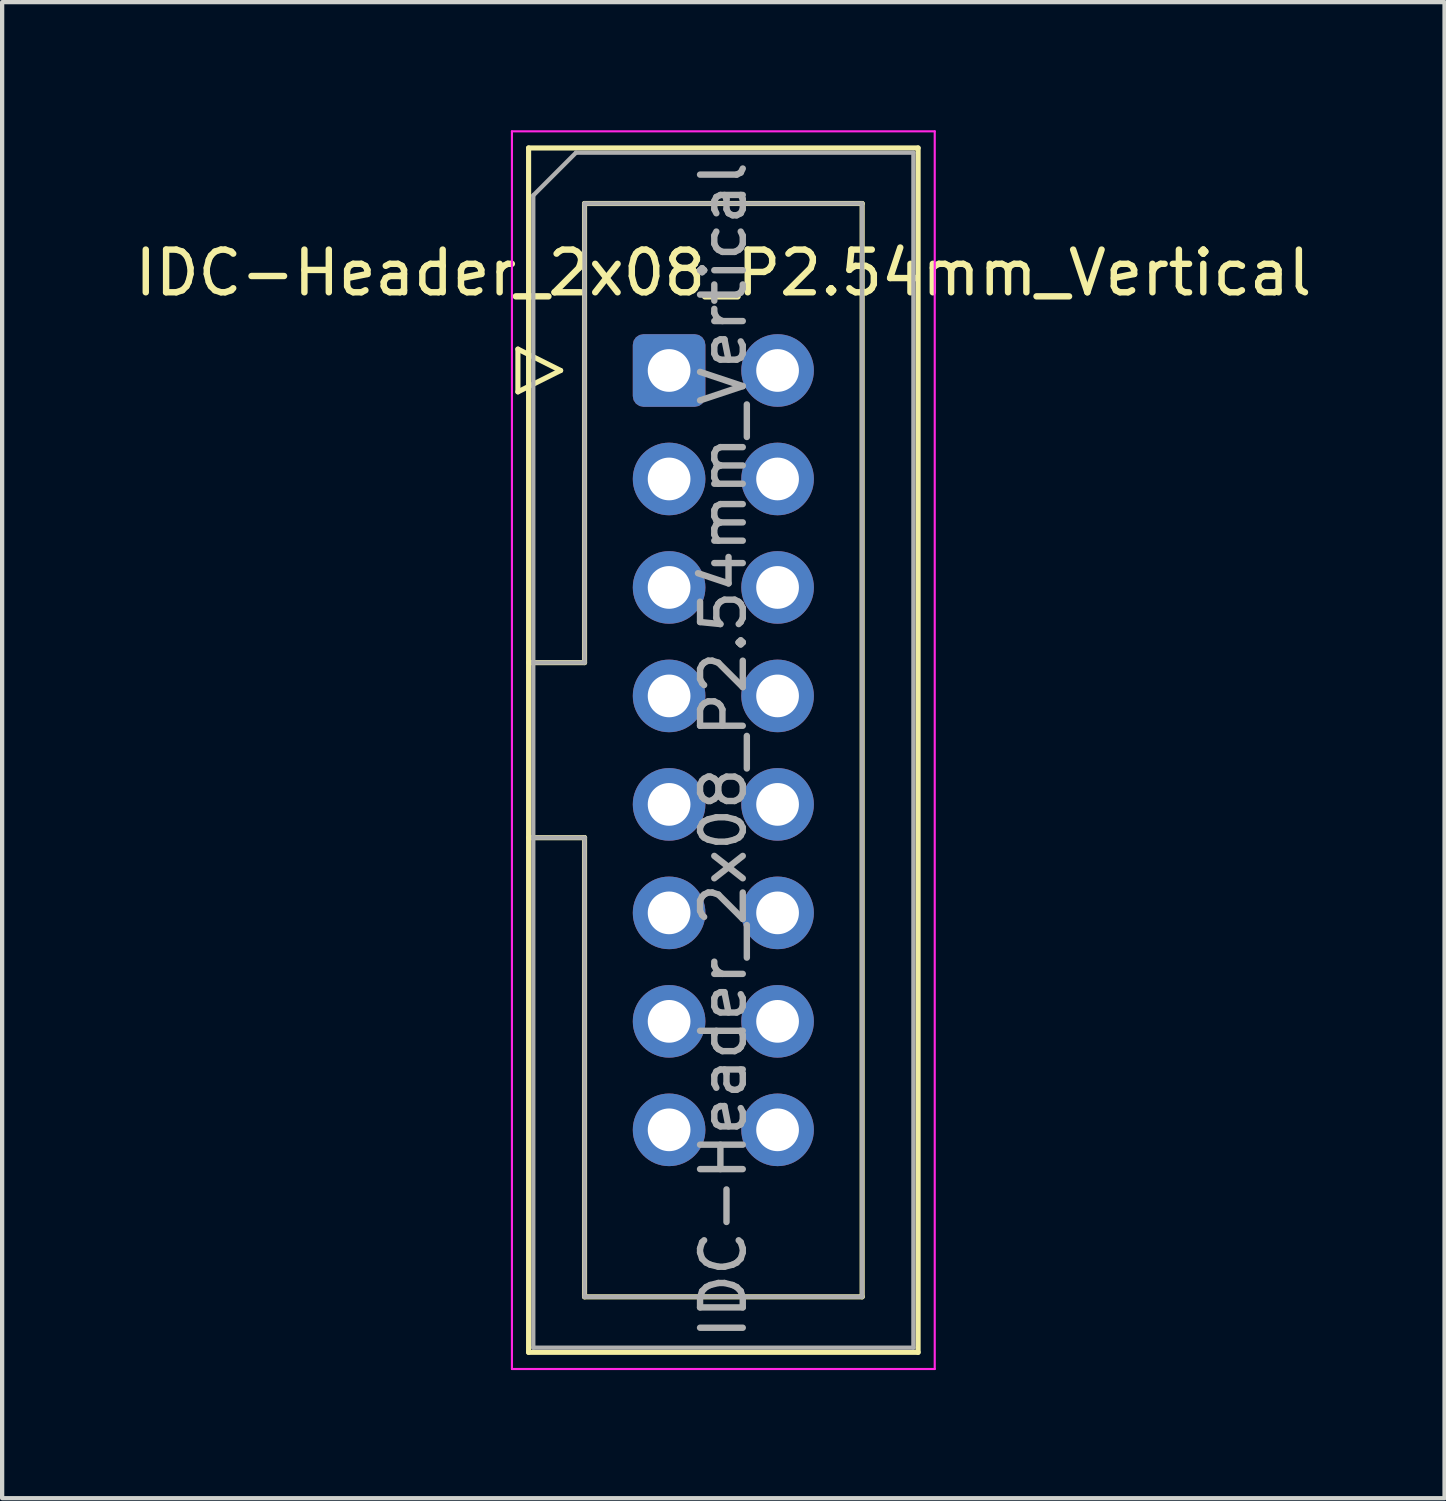
<source format=kicad_pcb>
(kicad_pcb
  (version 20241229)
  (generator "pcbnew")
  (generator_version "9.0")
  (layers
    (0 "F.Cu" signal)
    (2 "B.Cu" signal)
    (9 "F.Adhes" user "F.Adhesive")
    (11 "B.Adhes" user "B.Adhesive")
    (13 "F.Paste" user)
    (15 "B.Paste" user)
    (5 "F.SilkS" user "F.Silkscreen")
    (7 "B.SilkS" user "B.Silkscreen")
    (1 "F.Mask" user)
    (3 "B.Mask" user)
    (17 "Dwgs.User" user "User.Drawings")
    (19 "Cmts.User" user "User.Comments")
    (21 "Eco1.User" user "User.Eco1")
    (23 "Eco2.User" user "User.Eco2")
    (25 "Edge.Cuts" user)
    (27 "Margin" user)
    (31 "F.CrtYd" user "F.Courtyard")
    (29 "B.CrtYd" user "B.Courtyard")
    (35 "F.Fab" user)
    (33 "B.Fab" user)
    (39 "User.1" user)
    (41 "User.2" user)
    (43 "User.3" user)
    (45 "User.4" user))
  (footprint "IDC-Header_2x08_P2.54mm_Vertical"
    (layer "F.Cu")
    (at 12.617 5.625)
    (property "Reference" "IDC-Header_2x08_P2.54mm_Vertical" (at 1.27 -2.286 0) (layer "F.SilkS") (effects (font (size 1 1) (thickness 0.15))))
    (attr through_hole)
    (fp_line (start -3.54 -0.5) (end -3.54 0.5) (stroke (width 0.12) (type solid)) (layer "F.SilkS"))
    (fp_line (start -3.54 0.5) (end -2.54 0) (stroke (width 0.12) (type solid)) (layer "F.SilkS"))
    (fp_line (start -3.29 -5.21) (end 5.83 -5.21) (stroke (width 0.12) (type solid)) (layer "F.SilkS"))
    (fp_line (start -3.29 6.84) (end -1.98 6.84) (stroke (width 0.12) (type solid)) (layer "F.SilkS"))
    (fp_line (start -3.29 22.99) (end -3.29 -5.21) (stroke (width 0.12) (type solid)) (layer "F.SilkS"))
    (fp_line (start -2.54 0) (end -3.54 -0.5) (stroke (width 0.12) (type solid)) (layer "F.SilkS"))
    (fp_line (start -1.98 -3.91) (end 4.52 -3.91) (stroke (width 0.12) (type solid)) (layer "F.SilkS"))
    (fp_line (start -1.98 6.84) (end -1.98 -3.91) (stroke (width 0.12) (type solid)) (layer "F.SilkS"))
    (fp_line (start -1.98 10.94) (end -3.29 10.94) (stroke (width 0.12) (type solid)) (layer "F.SilkS"))
    (fp_line (start -1.98 10.94) (end -1.98 10.94) (stroke (width 0.12) (type solid)) (layer "F.SilkS"))
    (fp_line (start -1.98 21.69) (end -1.98 10.94) (stroke (width 0.12) (type solid)) (layer "F.SilkS"))
    (fp_line (start 4.52 -3.91) (end 4.52 21.69) (stroke (width 0.12) (type solid)) (layer "F.SilkS"))
    (fp_line (start 4.52 21.69) (end -1.98 21.69) (stroke (width 0.12) (type solid)) (layer "F.SilkS"))
    (fp_line (start 5.83 -5.21) (end 5.83 22.99) (stroke (width 0.12) (type solid)) (layer "F.SilkS"))
    (fp_line (start 5.83 22.99) (end -3.29 22.99) (stroke (width 0.12) (type solid)) (layer "F.SilkS"))
    (fp_line (start -3.68 -5.6) (end -3.68 23.38) (stroke (width 0.05) (type solid)) (layer "F.CrtYd"))
    (fp_line (start -3.68 23.38) (end 6.22 23.38) (stroke (width 0.05) (type solid)) (layer "F.CrtYd"))
    (fp_line (start 6.22 -5.6) (end -3.68 -5.6) (stroke (width 0.05) (type solid)) (layer "F.CrtYd"))
    (fp_line (start 6.22 23.38) (end 6.22 -5.6) (stroke (width 0.05) (type solid)) (layer "F.CrtYd"))
    (fp_line (start -3.18 -4.1) (end -2.18 -5.1) (stroke (width 0.1) (type solid)) (layer "F.Fab"))
    (fp_line (start -3.18 6.84) (end -1.98 6.84) (stroke (width 0.1) (type solid)) (layer "F.Fab"))
    (fp_line (start -3.18 22.88) (end -3.18 -4.1) (stroke (width 0.1) (type solid)) (layer "F.Fab"))
    (fp_line (start -2.18 -5.1) (end 5.72 -5.1) (stroke (width 0.1) (type solid)) (layer "F.Fab"))
    (fp_line (start -1.98 -3.91) (end 4.52 -3.91) (stroke (width 0.1) (type solid)) (layer "F.Fab"))
    (fp_line (start -1.98 6.84) (end -1.98 -3.91) (stroke (width 0.1) (type solid)) (layer "F.Fab"))
    (fp_line (start -1.98 10.94) (end -3.18 10.94) (stroke (width 0.1) (type solid)) (layer "F.Fab"))
    (fp_line (start -1.98 10.94) (end -1.98 10.94) (stroke (width 0.1) (type solid)) (layer "F.Fab"))
    (fp_line (start -1.98 21.69) (end -1.98 10.94) (stroke (width 0.1) (type solid)) (layer "F.Fab"))
    (fp_line (start 4.52 -3.91) (end 4.52 21.69) (stroke (width 0.1) (type solid)) (layer "F.Fab"))
    (fp_line (start 4.52 21.69) (end -1.98 21.69) (stroke (width 0.1) (type solid)) (layer "F.Fab"))
    (fp_line (start 5.72 -5.1) (end 5.72 22.88) (stroke (width 0.1) (type solid)) (layer "F.Fab"))
    (fp_line (start 5.72 22.88) (end -3.18 22.88) (stroke (width 0.1) (type solid)) (layer "F.Fab"))
    (fp_text user "${REFERENCE}" (at 1.27 8.89 90) (layer "F.Fab") (effects (font (size 1 1) (thickness 0.15))))
    (pad "1" thru_hole roundrect (at 0 0) (size 1.7 1.7) (drill 1) (layers "*.Cu" "*.Mask") (roundrect_rratio 0.147))
    (pad "2" thru_hole circle (at 2.54 0) (size 1.7 1.7) (drill 1) (layers "*.Cu" "*.Mask"))
    (pad "3" thru_hole circle (at 0 2.54) (size 1.7 1.7) (drill 1) (layers "*.Cu" "*.Mask"))
    (pad "4" thru_hole circle (at 2.54 2.54) (size 1.7 1.7) (drill 1) (layers "*.Cu" "*.Mask"))
    (pad "5" thru_hole circle (at 0 5.08) (size 1.7 1.7) (drill 1) (layers "*.Cu" "*.Mask"))
    (pad "6" thru_hole circle (at 2.54 5.08) (size 1.7 1.7) (drill 1) (layers "*.Cu" "*.Mask"))
    (pad "7" thru_hole circle (at 0 7.62) (size 1.7 1.7) (drill 1) (layers "*.Cu" "*.Mask"))
    (pad "8" thru_hole circle (at 2.54 7.62) (size 1.7 1.7) (drill 1) (layers "*.Cu" "*.Mask"))
    (pad "9" thru_hole circle (at 0 10.16) (size 1.7 1.7) (drill 1) (layers "*.Cu" "*.Mask"))
    (pad "10" thru_hole circle (at 2.54 10.16) (size 1.7 1.7) (drill 1) (layers "*.Cu" "*.Mask"))
    (pad "11" thru_hole circle (at 0 12.7) (size 1.7 1.7) (drill 1) (layers "*.Cu" "*.Mask"))
    (pad "12" thru_hole circle (at 2.54 12.7) (size 1.7 1.7) (drill 1) (layers "*.Cu" "*.Mask"))
    (pad "13" thru_hole circle (at 0 15.24) (size 1.7 1.7) (drill 1) (layers "*.Cu" "*.Mask"))
    (pad "14" thru_hole circle (at 2.54 15.24) (size 1.7 1.7) (drill 1) (layers "*.Cu" "*.Mask"))
    (pad "15" thru_hole circle (at 0 17.78) (size 1.7 1.7) (drill 1) (layers "*.Cu" "*.Mask"))
    (pad "16" thru_hole circle (at 2.54 17.78) (size 1.7 1.7) (drill 1) (layers "*.Cu" "*.Mask")))
  (gr_rect
    (start -3 -3)
    (end 30.774 32.03)
    (stroke (width 0.1) (type default))
    (fill no)
    (layer "Edge.Cuts")))
</source>
